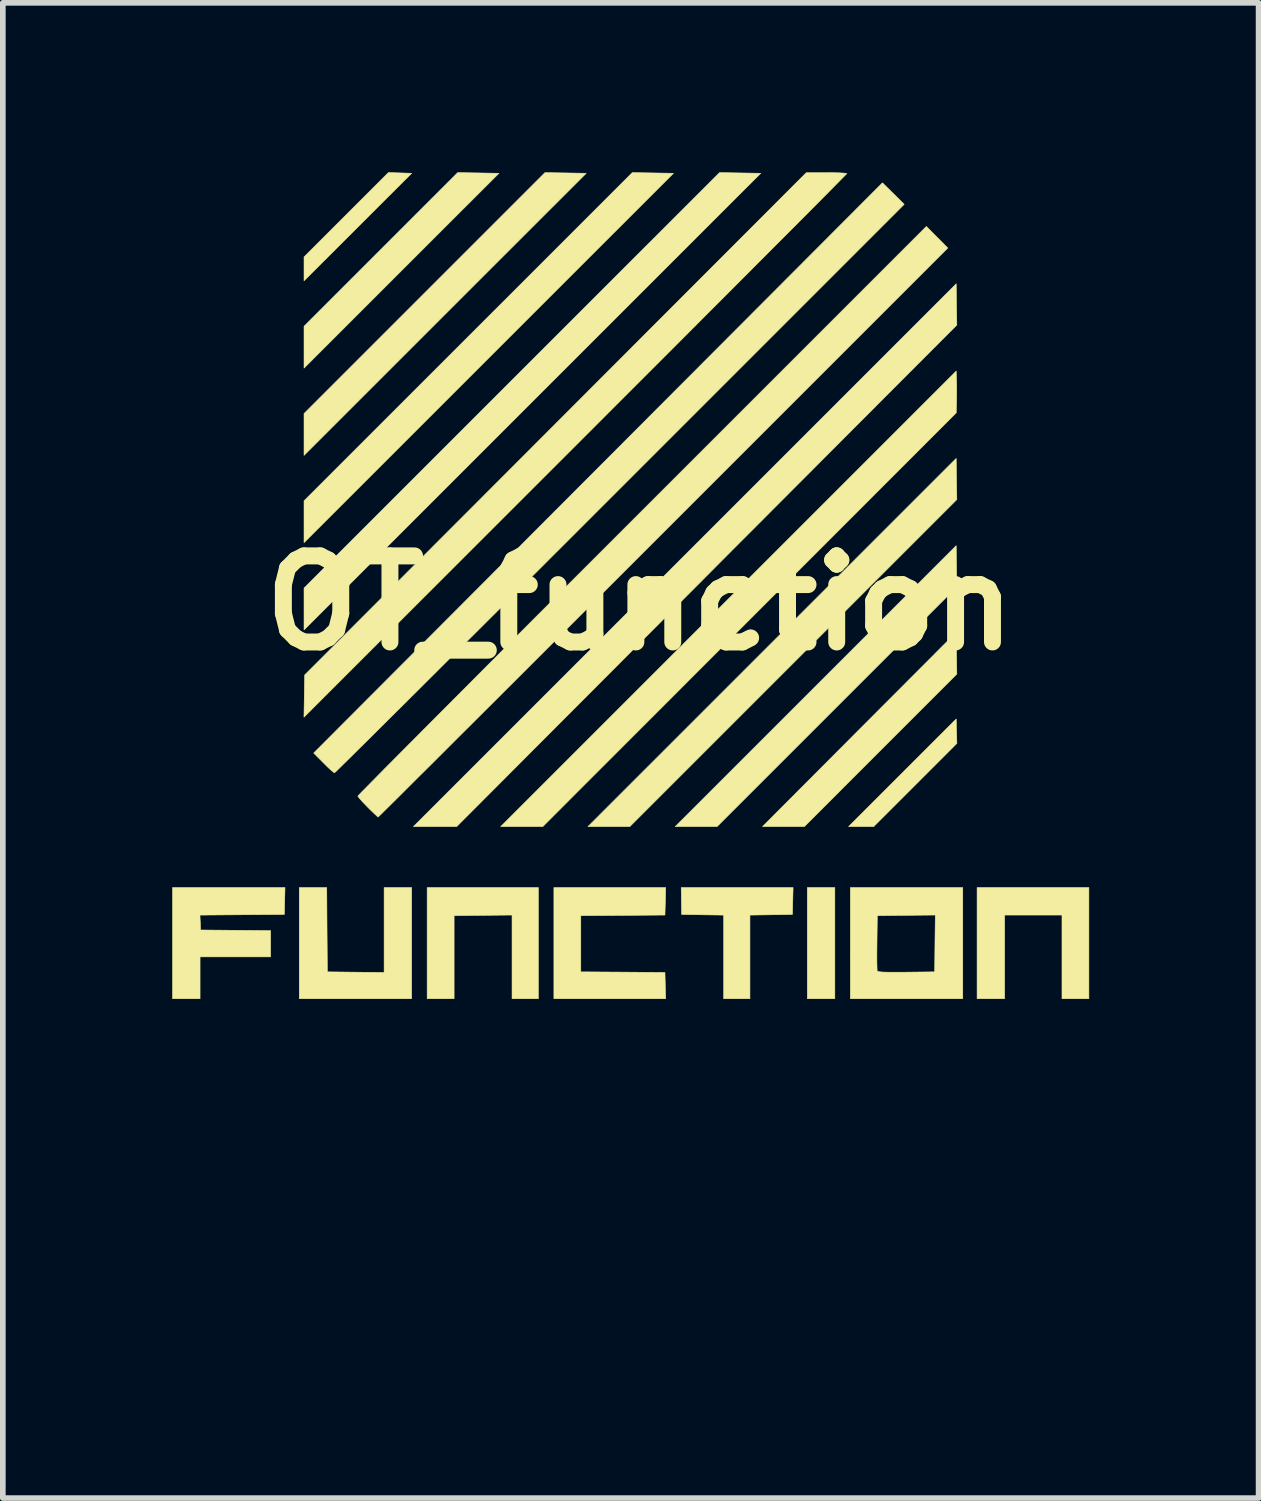
<source format=kicad_pcb>
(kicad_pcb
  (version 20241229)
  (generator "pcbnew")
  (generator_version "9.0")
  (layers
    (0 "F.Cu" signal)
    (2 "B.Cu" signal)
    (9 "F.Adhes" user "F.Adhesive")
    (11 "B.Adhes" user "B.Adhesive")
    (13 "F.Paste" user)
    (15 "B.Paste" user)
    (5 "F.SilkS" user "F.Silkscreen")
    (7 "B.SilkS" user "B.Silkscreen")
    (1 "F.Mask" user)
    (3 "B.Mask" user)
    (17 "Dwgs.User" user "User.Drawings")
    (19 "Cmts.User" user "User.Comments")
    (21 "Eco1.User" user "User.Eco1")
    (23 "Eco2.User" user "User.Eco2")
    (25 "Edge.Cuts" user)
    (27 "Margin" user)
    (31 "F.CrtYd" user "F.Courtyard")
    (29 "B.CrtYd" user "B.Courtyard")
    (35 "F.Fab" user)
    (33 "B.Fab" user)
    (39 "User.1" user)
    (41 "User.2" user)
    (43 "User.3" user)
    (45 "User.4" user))
  (footprint "OT_function"
    (layer "F.Cu")
    (at 8.281 7.627)
    (property "Reference" "OT_function" (at 0 0 0) (layer "F.SilkS") (effects (font (size 1.524 1.524) (thickness 0.3))))
    (attr through_hole)
    (fp_poly (pts (xy 0.593 -7.609) (xy -5.948 -1.069) (xy -5.948 -1.81) (xy -0.136 -7.621) (xy 0.593 -7.609)) (stroke (width 0.01) (type solid)) (fill yes) (layer "F.SilkS"))
    (fp_poly (pts (xy 3.45 7.006) (xy 2.963 7.006) (xy 2.963 5.038) (xy 3.45 5.038) (xy 3.45 7.006)) (stroke (width 0.01) (type solid)) (fill yes) (layer "F.SilkS"))
    (fp_poly (pts (xy 5.604 -2.197) (xy 5.61 -1.832) (xy -0.18 3.958) (xy -0.921 3.958) (xy 5.599 -2.561) (xy 5.604 -2.197)) (stroke (width 0.01) (type solid)) (fill yes) (layer "F.SilkS"))
    (fp_poly (pts (xy -4.042 -7.609) (xy -4.995 -6.657) (xy -5.948 -5.705) (xy -5.948 -6.128) (xy -5.201 -6.875) (xy -4.454 -7.622) (xy -4.042 -7.609)) (stroke (width 0.01) (type solid)) (fill yes) (layer "F.SilkS"))
    (fp_poly (pts (xy -2.497 -7.609) (xy -4.223 -5.884) (xy -5.948 -4.159) (xy -5.948 -4.9) (xy -4.587 -6.261) (xy -3.227 -7.621) (xy -2.497 -7.609)) (stroke (width 0.01) (type solid)) (fill yes) (layer "F.SilkS"))
    (fp_poly (pts (xy 5.604 -0.652) (xy 5.61 -0.287) (xy 1.365 3.958) (xy 0.624 3.958) (xy 3.112 1.471) (xy 5.599 -1.016) (xy 5.604 -0.652)) (stroke (width 0.01) (type solid)) (fill yes) (layer "F.SilkS"))
    (fp_poly (pts (xy 5.605 2.269) (xy 5.611 2.485) (xy 4.875 3.222) (xy 4.138 3.958) (xy 3.694 3.958) (xy 5.599 2.053) (xy 5.605 2.269)) (stroke (width 0.01) (type solid)) (fill yes) (layer "F.SilkS"))
    (fp_poly (pts (xy 5.61 1.258) (xy 4.26 2.608) (xy 2.911 3.958) (xy 2.17 3.958) (xy 3.884 2.238) (xy 5.599 0.519) (xy 5.61 1.258)) (stroke (width 0.01) (type solid)) (fill yes) (layer "F.SilkS"))
    (fp_poly (pts (xy -1.317 -7.615) (xy -0.952 -7.609) (xy -3.45 -5.112) (xy -5.948 -2.614) (xy -5.948 -3.355) (xy -3.815 -5.488) (xy -1.682 -7.621) (xy -1.317 -7.615)) (stroke (width 0.01) (type solid)) (fill yes) (layer "F.SilkS"))
    (fp_poly (pts (xy 1.773 -7.615) (xy 2.138 -7.609) (xy -1.905 -3.567) (xy -5.948 0.476) (xy -5.948 -0.265) (xy -2.27 -3.943) (xy 1.409 -7.621) (xy 1.773 -7.615)) (stroke (width 0.01) (type solid)) (fill yes) (layer "F.SilkS"))
    (fp_poly (pts (xy 7.948 7.006) (xy 7.472 7.006) (xy 7.472 5.524) (xy 6.456 5.524) (xy 6.456 7.006) (xy 5.969 7.006) (xy 5.969 5.038) (xy 7.948 5.038) (xy 7.948 7.006)) (stroke (width 0.01) (type solid)) (fill yes) (layer "F.SilkS"))
    (fp_poly (pts (xy -1.799 7.006) (xy -2.265 7.006) (xy -2.265 5.524) (xy -2.778 5.529) (xy -3.291 5.535) (xy -3.291 7.006) (xy -3.768 7.006) (xy -3.768 5.038) (xy -1.799 5.038) (xy -1.799 7.006)) (stroke (width 0.01) (type solid)) (fill yes) (layer "F.SilkS"))
    (fp_poly (pts (xy -5.541 5.784) (xy -5.535 6.53) (xy -5.032 6.536) (xy -4.53 6.541) (xy -4.53 5.038) (xy -4.043 5.038) (xy -4.043 7.006) (xy -6.032 7.006) (xy -6.032 5.038) (xy -5.546 5.038) (xy -5.541 5.784)) (stroke (width 0.01) (type solid)) (fill yes) (layer "F.SilkS"))
    (fp_poly (pts (xy 1.72 5.038) (xy 2.711 5.038) (xy 2.699 5.514) (xy 1.947 5.525) (xy 1.947 7.006) (xy 1.482 7.006) (xy 1.482 5.525) (xy 1.11 5.52) (xy 0.738 5.514) (xy 0.734 5.276) (xy 0.73 5.038) (xy 1.72 5.038)) (stroke (width 0.01) (type solid)) (fill yes) (layer "F.SilkS"))
    (fp_poly (pts (xy 5.605 -3.928) (xy 5.607 -3.816) (xy 5.607 -3.687) (xy 5.605 -3.569) (xy 5.605 -3.558) (xy 5.599 -3.367) (xy 1.939 0.296) (xy -1.721 3.958) (xy -2.466 3.958) (xy 1.566 -0.074) (xy 5.599 -4.107) (xy 5.605 -3.928)) (stroke (width 0.01) (type solid)) (fill yes) (layer "F.SilkS"))
    (fp_poly (pts (xy -6.297 5.514) (xy -7.044 5.519) (xy -7.791 5.525) (xy -7.785 5.657) (xy -7.779 5.789) (xy -6.54 5.8) (xy -6.54 6.265) (xy -7.789 6.265) (xy -7.789 7.006) (xy -8.276 7.006) (xy -8.276 5.038) (xy -6.285 5.038) (xy -6.297 5.514)) (stroke (width 0.01) (type solid)) (fill yes) (layer "F.SilkS"))
    (fp_poly (pts (xy 0.449 5.281) (xy 0.442 5.524) (xy -0.303 5.53) (xy -1.048 5.535) (xy -1.048 6.53) (xy -0.303 6.535) (xy 0.442 6.541) (xy 0.448 6.774) (xy 0.455 7.006) (xy -1.524 7.006) (xy -1.524 5.038) (xy -0.534 5.038) (xy 0.455 5.038) (xy 0.449 5.281)) (stroke (width 0.01) (type solid)) (fill yes) (layer "F.SilkS"))
    (fp_poly (pts (xy 5.604 -5.287) (xy 5.61 -4.922) (xy 4.269 -3.578) (xy 4.115 -3.423) (xy 3.933 -3.241) (xy 3.726 -3.034) (xy 3.497 -2.804) (xy 3.246 -2.553) (xy 2.978 -2.283) (xy 2.693 -1.998) (xy 2.395 -1.699) (xy 2.086 -1.389) (xy 1.767 -1.07) (xy 1.442 -0.744) (xy 1.113 -0.413) (xy 0.782 -0.081) (xy 0.451 0.251) (xy 0.123 0.58) (xy -0.159 0.863) (xy -3.245 3.958) (xy -4.011 3.958) (xy 0.794 -0.847) (xy 5.599 -5.652) (xy 5.604 -5.287)) (stroke (width 0.01) (type solid)) (fill yes) (layer "F.SilkS"))
    (fp_poly (pts (xy 5.715 7.006) (xy 3.725 7.006) (xy 3.725 6.275) (xy 4.194 6.275) (xy 4.195 6.38) (xy 4.197 6.459) (xy 4.199 6.505) (xy 4.201 6.514) (xy 4.213 6.523) (xy 4.244 6.529) (xy 4.299 6.534) (xy 4.382 6.536) (xy 4.497 6.537) (xy 4.649 6.536) (xy 4.714 6.536) (xy 5.218 6.53) (xy 5.223 6.027) (xy 5.229 5.524) (xy 4.715 5.529) (xy 4.202 5.535) (xy 4.196 6.011) (xy 4.195 6.15) (xy 4.194 6.275) (xy 3.725 6.275) (xy 3.725 5.038) (xy 5.715 5.038) (xy 5.715 7.006)) (stroke (width 0.01) (type solid)) (fill yes) (layer "F.SilkS"))
    (fp_poly (pts (xy 3.421 -7.619) (xy 3.523 -7.617) (xy 3.601 -7.613) (xy 3.649 -7.608) (xy 3.662 -7.604) (xy 3.647 -7.588) (xy 3.603 -7.543) (xy 3.532 -7.471) (xy 3.434 -7.372) (xy 3.311 -7.247) (xy 3.163 -7.098) (xy 2.992 -6.926) (xy 2.799 -6.732) (xy 2.585 -6.517) (xy 2.351 -6.283) (xy 2.098 -6.029) (xy 1.828 -5.758) (xy 1.541 -5.47) (xy 1.239 -5.168) (xy 0.922 -4.85) (xy 0.593 -4.52) (xy 0.251 -4.178) (xy -0.102 -3.825) (xy -0.464 -3.463) (xy -0.835 -3.091) (xy -1.143 -2.783) (xy -5.949 2.021) (xy -5.943 1.647) (xy -5.937 1.274) (xy -1.496 -3.173) (xy 2.945 -7.62) (xy 3.303 -7.62) (xy 3.421 -7.619)) (stroke (width 0.01) (type solid)) (fill yes) (layer "F.SilkS"))
    (fp_poly (pts (xy 4.486 -7.25) (xy 4.678 -7.06) (xy -0.354 -2.027) (xy -0.741 -1.641) (xy -1.119 -1.262) (xy -1.49 -0.892) (xy -1.85 -0.532) (xy -2.199 -0.184) (xy -2.536 0.153) (xy -2.86 0.476) (xy -3.17 0.785) (xy -3.465 1.079) (xy -3.743 1.356) (xy -4.004 1.616) (xy -4.246 1.857) (xy -4.469 2.078) (xy -4.67 2.278) (xy -4.85 2.457) (xy -5.007 2.612) (xy -5.139 2.743) (xy -5.247 2.849) (xy -5.328 2.929) (xy -5.381 2.981) (xy -5.407 3.004) (xy -5.409 3.006) (xy -5.431 2.991) (xy -5.477 2.953) (xy -5.538 2.896) (xy -5.603 2.831) (xy -5.777 2.656) (xy -0.742 -2.392) (xy 4.293 -7.44) (xy 4.486 -7.25)) (stroke (width 0.01) (type solid)) (fill yes) (layer "F.SilkS"))
    (fp_poly (pts (xy 5.45 -6.286) (xy 0.413 -1.249) (xy 0.026 -0.862) (xy -0.353 -0.483) (xy -0.723 -0.114) (xy -1.083 0.246) (xy -1.432 0.595) (xy -1.769 0.932) (xy -2.093 1.256) (xy -2.403 1.565) (xy -2.697 1.859) (xy -2.975 2.136) (xy -3.236 2.396) (xy -3.477 2.637) (xy -3.699 2.859) (xy -3.901 3.059) (xy -4.08 3.238) (xy -4.236 3.394) (xy -4.368 3.525) (xy -4.475 3.631) (xy -4.556 3.711) (xy -4.609 3.763) (xy -4.634 3.787) (xy -4.636 3.789) (xy -4.654 3.775) (xy -4.696 3.736) (xy -4.755 3.68) (xy -4.821 3.614) (xy -4.89 3.543) (xy -4.946 3.482) (xy -4.983 3.438) (xy -4.995 3.418) (xy -4.981 3.402) (xy -4.937 3.356) (xy -4.865 3.283) (xy -4.767 3.184) (xy -4.644 3.059) (xy -4.496 2.909) (xy -4.324 2.736) (xy -4.13 2.541) (xy -3.915 2.325) (xy -3.68 2.089) (xy -3.426 1.834) (xy -3.154 1.561) (xy -2.865 1.271) (xy -2.561 0.965) (xy -2.241 0.645) (xy -1.909 0.312) (xy -1.563 -0.034) (xy -1.207 -0.391) (xy -0.84 -0.758) (xy -0.464 -1.134) (xy -0.08 -1.518) (xy 0.037 -1.635) (xy 5.07 -6.668) (xy 5.45 -6.286)) (stroke (width 0.01) (type solid)) (fill yes) (layer "F.SilkS")))
  (footprint "OT_gold_gnd"
    (layer "F.Cu")
    (at 7.373 19.056)
    (property "Reference" "OT_gold_gnd" (at 0 0 0) (layer "F.Mask") (effects (font (size 1.524 1.524) (thickness 0.3))))
    (attr through_hole)
    (fp_poly (pts (xy -1.27 -0.445) (xy -1.9 -0.44) (xy -2.529 -0.434) (xy -2.535 0.032) (xy -2.537 0.171) (xy -2.537 0.297) (xy -2.536 0.405) (xy -2.534 0.487) (xy -2.531 0.536) (xy -2.53 0.545) (xy -2.524 0.562) (xy -2.514 0.574) (xy -2.493 0.583) (xy -2.454 0.588) (xy -2.393 0.591) (xy -2.303 0.592) (xy -2.179 0.593) (xy -2.137 0.593) (xy -1.757 0.593) (xy -1.757 0.296) (xy -1.99 0.296) (xy -1.99 -0.169) (xy -1.27 -0.169) (xy -1.27 1.037) (xy -2.995 1.037) (xy -2.995 -0.91) (xy -1.27 -0.91) (xy -1.27 -0.445)) (stroke (width 0.01) (type solid)) (fill yes) (layer "F.Mask"))
    (fp_poly (pts (xy 2.963 -0.433) (xy 2.963 0.562) (xy 2.725 0.799) (xy 2.486 1.037) (xy 0.995 1.037) (xy 0.995 0.32) (xy 1.464 0.32) (xy 1.465 0.427) (xy 1.466 0.507) (xy 1.468 0.556) (xy 1.47 0.566) (xy 1.485 0.576) (xy 1.523 0.584) (xy 1.589 0.589) (xy 1.688 0.592) (xy 1.824 0.593) (xy 1.856 0.593) (xy 2.232 0.593) (xy 2.498 0.329) (xy 2.498 -0.202) (xy 2.375 -0.324) (xy 2.252 -0.445) (xy 1.862 -0.44) (xy 1.471 -0.434) (xy 1.465 0.052) (xy 1.464 0.193) (xy 1.464 0.32) (xy 0.995 0.32) (xy 0.995 -0.91) (xy 2.488 -0.91) (xy 2.963 -0.433)) (stroke (width 0.01) (type solid)) (fill yes) (layer "F.Mask"))
    (fp_poly (pts (xy -0.148 -0.54) (xy -0.046 -0.438) (xy 0.047 -0.346) (xy 0.126 -0.27) (xy 0.187 -0.212) (xy 0.226 -0.178) (xy 0.238 -0.169) (xy 0.243 -0.189) (xy 0.248 -0.245) (xy 0.251 -0.329) (xy 0.253 -0.436) (xy 0.254 -0.54) (xy 0.254 -0.91) (xy 0.72 -0.91) (xy 0.72 1.037) (xy 0.254 1.037) (xy 0.254 0.518) (xy -0.122 0.143) (xy -0.225 0.04) (xy -0.319 -0.052) (xy -0.399 -0.129) (xy -0.461 -0.188) (xy -0.501 -0.223) (xy -0.514 -0.233) (xy -0.517 -0.213) (xy -0.521 -0.155) (xy -0.524 -0.066) (xy -0.527 0.051) (xy -0.528 0.189) (xy -0.529 0.343) (xy -0.529 0.402) (xy -0.529 1.037) (xy -0.995 1.037) (xy -0.995 -0.91) (xy -0.518 -0.91) (xy -0.148 -0.54)) (stroke (width 0.01) (type solid)) (fill yes) (layer "F.Mask")))
  (gr_rect
    (start -3 -3)
    (end 19.234 23.474)
    (stroke (width 0.1) (type default))
    (fill no)
    (layer "Edge.Cuts")))
</source>
